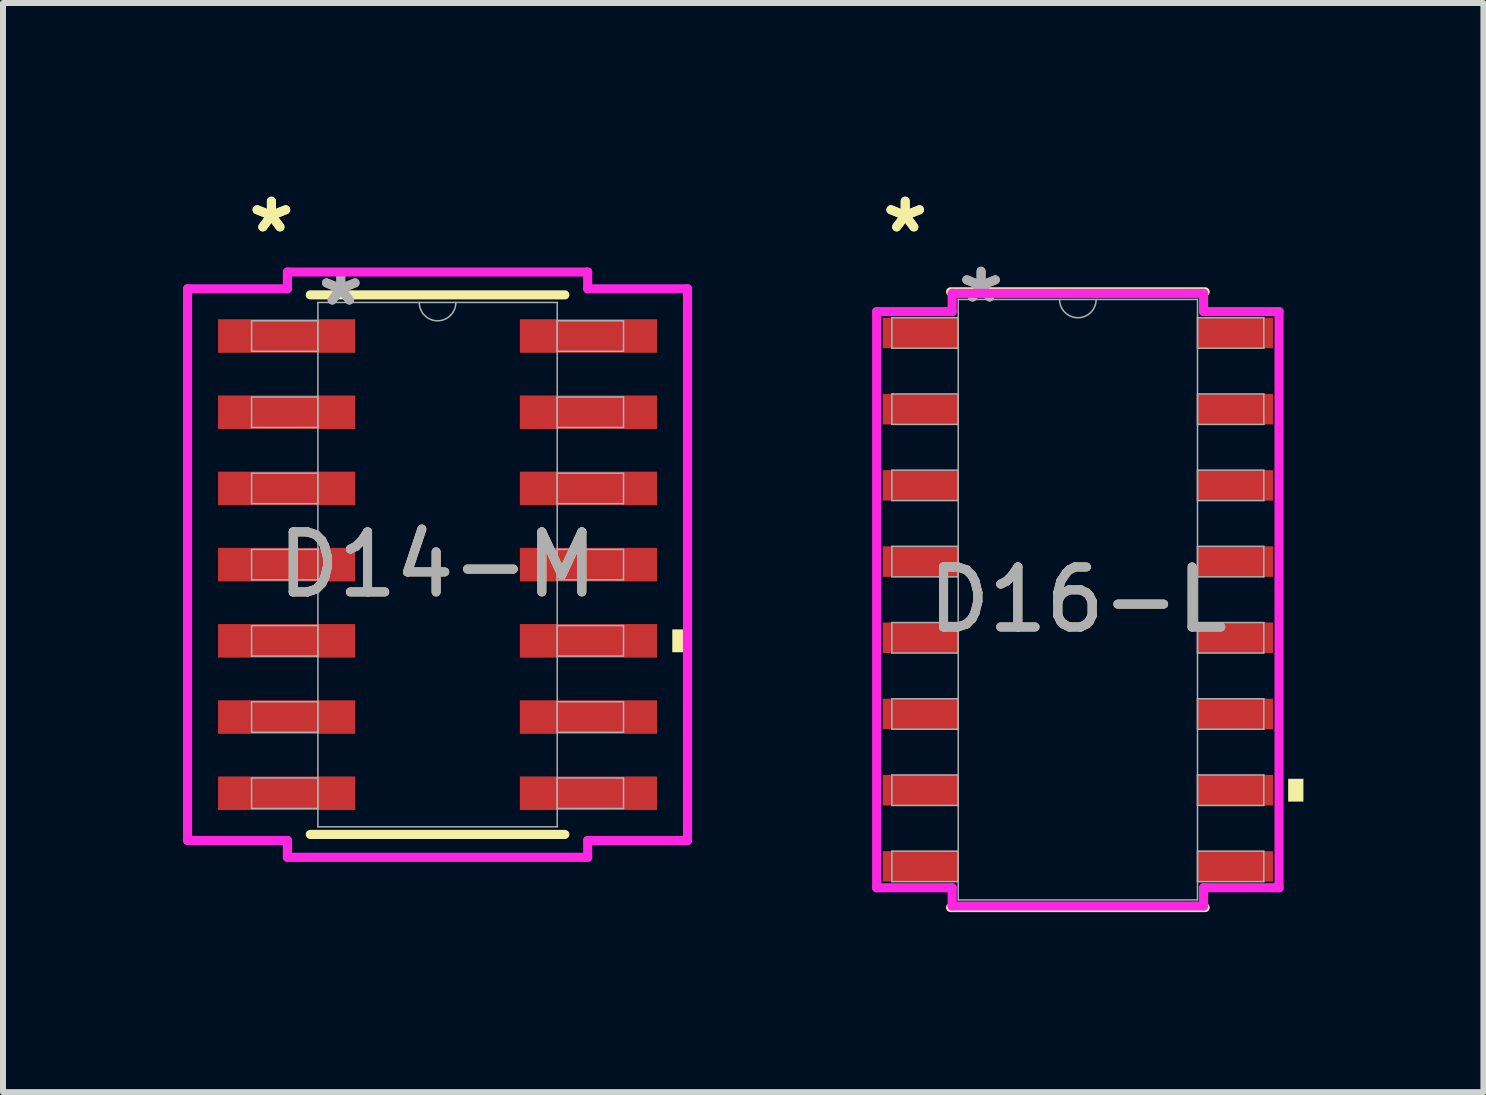
<source format=kicad_pcb>
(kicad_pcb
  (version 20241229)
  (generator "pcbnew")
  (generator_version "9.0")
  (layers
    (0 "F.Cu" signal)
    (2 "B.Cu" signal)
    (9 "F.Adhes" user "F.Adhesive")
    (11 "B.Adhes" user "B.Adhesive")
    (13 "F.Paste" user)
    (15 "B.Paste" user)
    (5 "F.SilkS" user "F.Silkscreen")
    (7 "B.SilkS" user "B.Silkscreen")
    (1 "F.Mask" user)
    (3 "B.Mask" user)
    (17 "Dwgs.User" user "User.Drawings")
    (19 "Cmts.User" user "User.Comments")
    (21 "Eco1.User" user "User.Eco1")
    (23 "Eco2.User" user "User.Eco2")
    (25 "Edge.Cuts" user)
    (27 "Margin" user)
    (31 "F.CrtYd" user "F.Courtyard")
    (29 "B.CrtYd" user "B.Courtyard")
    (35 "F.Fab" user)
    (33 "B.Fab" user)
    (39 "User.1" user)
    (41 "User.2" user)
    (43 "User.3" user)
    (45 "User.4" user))
  (footprint "D14-M"
    (layer "F.Cu")
    (at 4.242 6.36)
    (property "Reference" "D14-M" (at 0 0 0) (unlocked yes) (layer "F.SilkS") (effects (font (size 1 1) (thickness 0.15))))
    (attr smd)
    (fp_line (start -2.121 4.496) (end 2.121 4.496) (stroke (width 0.152) (type solid)) (layer "F.SilkS"))
    (fp_line (start 2.121 -4.496) (end -2.121 -4.496) (stroke (width 0.152) (type solid)) (layer "F.SilkS"))
    (fp_poly (pts (xy 4.166 1.079) (xy 4.166 1.46) (xy 3.912 1.46) (xy 3.912 1.079)) (stroke (width 0) (type solid)) (fill yes) (layer "F.SilkS"))
    (fp_line (start -4.166 -4.597) (end -2.502 -4.597) (stroke (width 0.152) (type solid)) (layer "F.CrtYd"))
    (fp_line (start -4.166 4.597) (end -4.166 -4.597) (stroke (width 0.152) (type solid)) (layer "F.CrtYd"))
    (fp_line (start -4.166 4.597) (end -2.502 4.597) (stroke (width 0.152) (type solid)) (layer "F.CrtYd"))
    (fp_line (start -2.502 -4.877) (end 2.502 -4.877) (stroke (width 0.152) (type solid)) (layer "F.CrtYd"))
    (fp_line (start -2.502 -4.597) (end -2.502 -4.877) (stroke (width 0.152) (type solid)) (layer "F.CrtYd"))
    (fp_line (start -2.502 4.877) (end -2.502 4.597) (stroke (width 0.152) (type solid)) (layer "F.CrtYd"))
    (fp_line (start 2.502 -4.877) (end 2.502 -4.597) (stroke (width 0.152) (type solid)) (layer "F.CrtYd"))
    (fp_line (start 2.502 4.597) (end 2.502 4.877) (stroke (width 0.152) (type solid)) (layer "F.CrtYd"))
    (fp_line (start 2.502 4.877) (end -2.502 4.877) (stroke (width 0.152) (type solid)) (layer "F.CrtYd"))
    (fp_line (start 4.166 -4.597) (end 2.502 -4.597) (stroke (width 0.152) (type solid)) (layer "F.CrtYd"))
    (fp_line (start 4.166 -4.597) (end 4.166 4.597) (stroke (width 0.152) (type solid)) (layer "F.CrtYd"))
    (fp_line (start 4.166 4.597) (end 2.502 4.597) (stroke (width 0.152) (type solid)) (layer "F.CrtYd"))
    (fp_line (start -3.099 -4.064) (end -3.099 -3.556) (stroke (width 0.025) (type solid)) (layer "F.Fab"))
    (fp_line (start -3.099 -3.556) (end -1.994 -3.556) (stroke (width 0.025) (type solid)) (layer "F.Fab"))
    (fp_line (start -3.099 -2.794) (end -3.099 -2.286) (stroke (width 0.025) (type solid)) (layer "F.Fab"))
    (fp_line (start -3.099 -2.286) (end -1.994 -2.286) (stroke (width 0.025) (type solid)) (layer "F.Fab"))
    (fp_line (start -3.099 -1.524) (end -3.099 -1.016) (stroke (width 0.025) (type solid)) (layer "F.Fab"))
    (fp_line (start -3.099 -1.016) (end -1.994 -1.016) (stroke (width 0.025) (type solid)) (layer "F.Fab"))
    (fp_line (start -3.099 -0.254) (end -3.099 0.254) (stroke (width 0.025) (type solid)) (layer "F.Fab"))
    (fp_line (start -3.099 0.254) (end -1.994 0.254) (stroke (width 0.025) (type solid)) (layer "F.Fab"))
    (fp_line (start -3.099 1.016) (end -3.099 1.524) (stroke (width 0.025) (type solid)) (layer "F.Fab"))
    (fp_line (start -3.099 1.524) (end -1.994 1.524) (stroke (width 0.025) (type solid)) (layer "F.Fab"))
    (fp_line (start -3.099 2.286) (end -3.099 2.794) (stroke (width 0.025) (type solid)) (layer "F.Fab"))
    (fp_line (start -3.099 2.794) (end -1.994 2.794) (stroke (width 0.025) (type solid)) (layer "F.Fab"))
    (fp_line (start -3.099 3.556) (end -3.099 4.064) (stroke (width 0.025) (type solid)) (layer "F.Fab"))
    (fp_line (start -3.099 4.064) (end -1.994 4.064) (stroke (width 0.025) (type solid)) (layer "F.Fab"))
    (fp_line (start -1.994 -4.369) (end -1.994 4.369) (stroke (width 0.025) (type solid)) (layer "F.Fab"))
    (fp_line (start -1.994 -4.064) (end -3.099 -4.064) (stroke (width 0.025) (type solid)) (layer "F.Fab"))
    (fp_line (start -1.994 -3.556) (end -1.994 -4.064) (stroke (width 0.025) (type solid)) (layer "F.Fab"))
    (fp_line (start -1.994 -2.794) (end -3.099 -2.794) (stroke (width 0.025) (type solid)) (layer "F.Fab"))
    (fp_line (start -1.994 -2.286) (end -1.994 -2.794) (stroke (width 0.025) (type solid)) (layer "F.Fab"))
    (fp_line (start -1.994 -1.524) (end -3.099 -1.524) (stroke (width 0.025) (type solid)) (layer "F.Fab"))
    (fp_line (start -1.994 -1.016) (end -1.994 -1.524) (stroke (width 0.025) (type solid)) (layer "F.Fab"))
    (fp_line (start -1.994 -0.254) (end -3.099 -0.254) (stroke (width 0.025) (type solid)) (layer "F.Fab"))
    (fp_line (start -1.994 0.254) (end -1.994 -0.254) (stroke (width 0.025) (type solid)) (layer "F.Fab"))
    (fp_line (start -1.994 1.016) (end -3.099 1.016) (stroke (width 0.025) (type solid)) (layer "F.Fab"))
    (fp_line (start -1.994 1.524) (end -1.994 1.016) (stroke (width 0.025) (type solid)) (layer "F.Fab"))
    (fp_line (start -1.994 2.286) (end -3.099 2.286) (stroke (width 0.025) (type solid)) (layer "F.Fab"))
    (fp_line (start -1.994 2.794) (end -1.994 2.286) (stroke (width 0.025) (type solid)) (layer "F.Fab"))
    (fp_line (start -1.994 3.556) (end -3.099 3.556) (stroke (width 0.025) (type solid)) (layer "F.Fab"))
    (fp_line (start -1.994 4.064) (end -1.994 3.556) (stroke (width 0.025) (type solid)) (layer "F.Fab"))
    (fp_line (start -1.994 4.369) (end 1.994 4.369) (stroke (width 0.025) (type solid)) (layer "F.Fab"))
    (fp_line (start 1.994 -4.369) (end -1.994 -4.369) (stroke (width 0.025) (type solid)) (layer "F.Fab"))
    (fp_line (start 1.994 -4.064) (end 1.994 -3.556) (stroke (width 0.025) (type solid)) (layer "F.Fab"))
    (fp_line (start 1.994 -3.556) (end 3.099 -3.556) (stroke (width 0.025) (type solid)) (layer "F.Fab"))
    (fp_line (start 1.994 -2.794) (end 1.994 -2.286) (stroke (width 0.025) (type solid)) (layer "F.Fab"))
    (fp_line (start 1.994 -2.286) (end 3.099 -2.286) (stroke (width 0.025) (type solid)) (layer "F.Fab"))
    (fp_line (start 1.994 -1.524) (end 1.994 -1.016) (stroke (width 0.025) (type solid)) (layer "F.Fab"))
    (fp_line (start 1.994 -1.016) (end 3.099 -1.016) (stroke (width 0.025) (type solid)) (layer "F.Fab"))
    (fp_line (start 1.994 -0.254) (end 1.994 0.254) (stroke (width 0.025) (type solid)) (layer "F.Fab"))
    (fp_line (start 1.994 0.254) (end 3.099 0.254) (stroke (width 0.025) (type solid)) (layer "F.Fab"))
    (fp_line (start 1.994 1.016) (end 1.994 1.524) (stroke (width 0.025) (type solid)) (layer "F.Fab"))
    (fp_line (start 1.994 1.524) (end 3.099 1.524) (stroke (width 0.025) (type solid)) (layer "F.Fab"))
    (fp_line (start 1.994 2.286) (end 1.994 2.794) (stroke (width 0.025) (type solid)) (layer "F.Fab"))
    (fp_line (start 1.994 2.794) (end 3.099 2.794) (stroke (width 0.025) (type solid)) (layer "F.Fab"))
    (fp_line (start 1.994 3.556) (end 1.994 4.064) (stroke (width 0.025) (type solid)) (layer "F.Fab"))
    (fp_line (start 1.994 4.064) (end 3.099 4.064) (stroke (width 0.025) (type solid)) (layer "F.Fab"))
    (fp_line (start 1.994 4.369) (end 1.994 -4.369) (stroke (width 0.025) (type solid)) (layer "F.Fab"))
    (fp_line (start 3.099 -4.064) (end 1.994 -4.064) (stroke (width 0.025) (type solid)) (layer "F.Fab"))
    (fp_line (start 3.099 -3.556) (end 3.099 -4.064) (stroke (width 0.025) (type solid)) (layer "F.Fab"))
    (fp_line (start 3.099 -2.794) (end 1.994 -2.794) (stroke (width 0.025) (type solid)) (layer "F.Fab"))
    (fp_line (start 3.099 -2.286) (end 3.099 -2.794) (stroke (width 0.025) (type solid)) (layer "F.Fab"))
    (fp_line (start 3.099 -1.524) (end 1.994 -1.524) (stroke (width 0.025) (type solid)) (layer "F.Fab"))
    (fp_line (start 3.099 -1.016) (end 3.099 -1.524) (stroke (width 0.025) (type solid)) (layer "F.Fab"))
    (fp_line (start 3.099 -0.254) (end 1.994 -0.254) (stroke (width 0.025) (type solid)) (layer "F.Fab"))
    (fp_line (start 3.099 0.254) (end 3.099 -0.254) (stroke (width 0.025) (type solid)) (layer "F.Fab"))
    (fp_line (start 3.099 1.016) (end 1.994 1.016) (stroke (width 0.025) (type solid)) (layer "F.Fab"))
    (fp_line (start 3.099 1.524) (end 3.099 1.016) (stroke (width 0.025) (type solid)) (layer "F.Fab"))
    (fp_line (start 3.099 2.286) (end 1.994 2.286) (stroke (width 0.025) (type solid)) (layer "F.Fab"))
    (fp_line (start 3.099 2.794) (end 3.099 2.286) (stroke (width 0.025) (type solid)) (layer "F.Fab"))
    (fp_line (start 3.099 3.556) (end 1.994 3.556) (stroke (width 0.025) (type solid)) (layer "F.Fab"))
    (fp_line (start 3.099 4.064) (end 3.099 3.556) (stroke (width 0.025) (type solid)) (layer "F.Fab"))
    (fp_arc (start 0.3048 -4.3688) (mid 0 -4.064) (end -0.3048 -4.3688) (stroke (width 0.0254) (type solid)) (layer "F.Fab"))
    (fp_text user "*" (at -2.769 -5.512 0) (layer "F.SilkS") (effects (font (size 1 1) (thickness 0.15))))
    (fp_text user "*" (at -2.769 -5.512 0) (unlocked yes) (layer "F.SilkS") (effects (font (size 1 1) (thickness 0.15))))
    (fp_text user "*" (at -1.613 -4.293 0) (layer "F.Fab") (effects (font (size 1 1) (thickness 0.15))))
    (fp_text user "*" (at -1.613 -4.293 0) (unlocked yes) (layer "F.Fab") (effects (font (size 1 1) (thickness 0.15))))
    (fp_text user "${REFERENCE}" (at 0 0 0) (unlocked yes) (layer "F.Fab") (effects (font (size 1 1) (thickness 0.15))))
    (pad "1" smd rect (at -2.515 -3.81) (size 2.286 0.559) (layers "F.Cu" "F.Mask" "F.Paste"))
    (pad "2" smd rect (at -2.515 -2.54) (size 2.286 0.559) (layers "F.Cu" "F.Mask" "F.Paste"))
    (pad "3" smd rect (at -2.515 -1.27) (size 2.286 0.559) (layers "F.Cu" "F.Mask" "F.Paste"))
    (pad "4" smd rect (at -2.515 0) (size 2.286 0.559) (layers "F.Cu" "F.Mask" "F.Paste"))
    (pad "5" smd rect (at -2.515 1.27) (size 2.286 0.559) (layers "F.Cu" "F.Mask" "F.Paste"))
    (pad "6" smd rect (at -2.515 2.54) (size 2.286 0.559) (layers "F.Cu" "F.Mask" "F.Paste"))
    (pad "7" smd rect (at -2.515 3.81) (size 2.286 0.559) (layers "F.Cu" "F.Mask" "F.Paste"))
    (pad "8" smd rect (at 2.515 3.81) (size 2.286 0.559) (layers "F.Cu" "F.Mask" "F.Paste"))
    (pad "9" smd rect (at 2.515 2.54) (size 2.286 0.559) (layers "F.Cu" "F.Mask" "F.Paste"))
    (pad "10" smd rect (at 2.515 1.27) (size 2.286 0.559) (layers "F.Cu" "F.Mask" "F.Paste"))
    (pad "11" smd rect (at 2.515 0) (size 2.286 0.559) (layers "F.Cu" "F.Mask" "F.Paste"))
    (pad "12" smd rect (at 2.515 -1.27) (size 2.286 0.559) (layers "F.Cu" "F.Mask" "F.Paste"))
    (pad "13" smd rect (at 2.515 -2.54) (size 2.286 0.559) (layers "F.Cu" "F.Mask" "F.Paste"))
    (pad "14" smd rect (at 2.515 -3.81) (size 2.286 0.559) (layers "F.Cu" "F.Mask" "F.Paste")))
  (footprint "D16-L"
    (layer "F.Cu")
    (at 14.913 6.944)
    (property "Reference" "D16-L" (at 0 0 0) (unlocked yes) (layer "F.SilkS") (effects (font (size 1 1) (thickness 0.15))))
    (attr smd)
    (fp_line (start -2.121 5.131) (end 2.121 5.131) (stroke (width 0.152) (type solid)) (layer "F.SilkS"))
    (fp_line (start 2.121 -5.131) (end -2.121 -5.131) (stroke (width 0.152) (type solid)) (layer "F.SilkS"))
    (fp_poly (pts (xy 3.759 2.985) (xy 3.759 3.365) (xy 3.505 3.365) (xy 3.505 2.985)) (stroke (width 0) (type solid)) (fill yes) (layer "F.SilkS"))
    (fp_line (start -3.353 -4.801) (end -2.095 -4.801) (stroke (width 0.152) (type solid)) (layer "F.CrtYd"))
    (fp_line (start -3.353 4.801) (end -3.353 -4.801) (stroke (width 0.152) (type solid)) (layer "F.CrtYd"))
    (fp_line (start -3.353 4.801) (end -2.095 4.801) (stroke (width 0.152) (type solid)) (layer "F.CrtYd"))
    (fp_line (start -2.095 -5.105) (end 2.095 -5.105) (stroke (width 0.152) (type solid)) (layer "F.CrtYd"))
    (fp_line (start -2.095 -4.801) (end -2.095 -5.105) (stroke (width 0.152) (type solid)) (layer "F.CrtYd"))
    (fp_line (start -2.095 5.105) (end -2.095 4.801) (stroke (width 0.152) (type solid)) (layer "F.CrtYd"))
    (fp_line (start 2.095 -5.105) (end 2.095 -4.801) (stroke (width 0.152) (type solid)) (layer "F.CrtYd"))
    (fp_line (start 2.095 4.801) (end 2.095 5.105) (stroke (width 0.152) (type solid)) (layer "F.CrtYd"))
    (fp_line (start 2.095 5.105) (end -2.095 5.105) (stroke (width 0.152) (type solid)) (layer "F.CrtYd"))
    (fp_line (start 3.353 -4.801) (end 2.095 -4.801) (stroke (width 0.152) (type solid)) (layer "F.CrtYd"))
    (fp_line (start 3.353 -4.801) (end 3.353 4.801) (stroke (width 0.152) (type solid)) (layer "F.CrtYd"))
    (fp_line (start 3.353 4.801) (end 2.095 4.801) (stroke (width 0.152) (type solid)) (layer "F.CrtYd"))
    (fp_line (start -3.099 -4.699) (end -3.099 -4.191) (stroke (width 0.025) (type solid)) (layer "F.Fab"))
    (fp_line (start -3.099 -4.191) (end -1.994 -4.191) (stroke (width 0.025) (type solid)) (layer "F.Fab"))
    (fp_line (start -3.099 -3.429) (end -3.099 -2.921) (stroke (width 0.025) (type solid)) (layer "F.Fab"))
    (fp_line (start -3.099 -2.921) (end -1.994 -2.921) (stroke (width 0.025) (type solid)) (layer "F.Fab"))
    (fp_line (start -3.099 -2.159) (end -3.099 -1.651) (stroke (width 0.025) (type solid)) (layer "F.Fab"))
    (fp_line (start -3.099 -1.651) (end -1.994 -1.651) (stroke (width 0.025) (type solid)) (layer "F.Fab"))
    (fp_line (start -3.099 -0.889) (end -3.099 -0.381) (stroke (width 0.025) (type solid)) (layer "F.Fab"))
    (fp_line (start -3.099 -0.381) (end -1.994 -0.381) (stroke (width 0.025) (type solid)) (layer "F.Fab"))
    (fp_line (start -3.099 0.381) (end -3.099 0.889) (stroke (width 0.025) (type solid)) (layer "F.Fab"))
    (fp_line (start -3.099 0.889) (end -1.994 0.889) (stroke (width 0.025) (type solid)) (layer "F.Fab"))
    (fp_line (start -3.099 1.651) (end -3.099 2.159) (stroke (width 0.025) (type solid)) (layer "F.Fab"))
    (fp_line (start -3.099 2.159) (end -1.994 2.159) (stroke (width 0.025) (type solid)) (layer "F.Fab"))
    (fp_line (start -3.099 2.921) (end -3.099 3.429) (stroke (width 0.025) (type solid)) (layer "F.Fab"))
    (fp_line (start -3.099 3.429) (end -1.994 3.429) (stroke (width 0.025) (type solid)) (layer "F.Fab"))
    (fp_line (start -3.099 4.191) (end -3.099 4.699) (stroke (width 0.025) (type solid)) (layer "F.Fab"))
    (fp_line (start -3.099 4.699) (end -1.994 4.699) (stroke (width 0.025) (type solid)) (layer "F.Fab"))
    (fp_line (start -1.994 -5.004) (end -1.994 5.004) (stroke (width 0.025) (type solid)) (layer "F.Fab"))
    (fp_line (start -1.994 -4.699) (end -3.099 -4.699) (stroke (width 0.025) (type solid)) (layer "F.Fab"))
    (fp_line (start -1.994 -4.191) (end -1.994 -4.699) (stroke (width 0.025) (type solid)) (layer "F.Fab"))
    (fp_line (start -1.994 -3.429) (end -3.099 -3.429) (stroke (width 0.025) (type solid)) (layer "F.Fab"))
    (fp_line (start -1.994 -2.921) (end -1.994 -3.429) (stroke (width 0.025) (type solid)) (layer "F.Fab"))
    (fp_line (start -1.994 -2.159) (end -3.099 -2.159) (stroke (width 0.025) (type solid)) (layer "F.Fab"))
    (fp_line (start -1.994 -1.651) (end -1.994 -2.159) (stroke (width 0.025) (type solid)) (layer "F.Fab"))
    (fp_line (start -1.994 -0.889) (end -3.099 -0.889) (stroke (width 0.025) (type solid)) (layer "F.Fab"))
    (fp_line (start -1.994 -0.381) (end -1.994 -0.889) (stroke (width 0.025) (type solid)) (layer "F.Fab"))
    (fp_line (start -1.994 0.381) (end -3.099 0.381) (stroke (width 0.025) (type solid)) (layer "F.Fab"))
    (fp_line (start -1.994 0.889) (end -1.994 0.381) (stroke (width 0.025) (type solid)) (layer "F.Fab"))
    (fp_line (start -1.994 1.651) (end -3.099 1.651) (stroke (width 0.025) (type solid)) (layer "F.Fab"))
    (fp_line (start -1.994 2.159) (end -1.994 1.651) (stroke (width 0.025) (type solid)) (layer "F.Fab"))
    (fp_line (start -1.994 2.921) (end -3.099 2.921) (stroke (width 0.025) (type solid)) (layer "F.Fab"))
    (fp_line (start -1.994 3.429) (end -1.994 2.921) (stroke (width 0.025) (type solid)) (layer "F.Fab"))
    (fp_line (start -1.994 4.191) (end -3.099 4.191) (stroke (width 0.025) (type solid)) (layer "F.Fab"))
    (fp_line (start -1.994 4.699) (end -1.994 4.191) (stroke (width 0.025) (type solid)) (layer "F.Fab"))
    (fp_line (start -1.994 5.004) (end 1.994 5.004) (stroke (width 0.025) (type solid)) (layer "F.Fab"))
    (fp_line (start 1.994 -5.004) (end -1.994 -5.004) (stroke (width 0.025) (type solid)) (layer "F.Fab"))
    (fp_line (start 1.994 -4.699) (end 1.994 -4.191) (stroke (width 0.025) (type solid)) (layer "F.Fab"))
    (fp_line (start 1.994 -4.191) (end 3.099 -4.191) (stroke (width 0.025) (type solid)) (layer "F.Fab"))
    (fp_line (start 1.994 -3.429) (end 1.994 -2.921) (stroke (width 0.025) (type solid)) (layer "F.Fab"))
    (fp_line (start 1.994 -2.921) (end 3.099 -2.921) (stroke (width 0.025) (type solid)) (layer "F.Fab"))
    (fp_line (start 1.994 -2.159) (end 1.994 -1.651) (stroke (width 0.025) (type solid)) (layer "F.Fab"))
    (fp_line (start 1.994 -1.651) (end 3.099 -1.651) (stroke (width 0.025) (type solid)) (layer "F.Fab"))
    (fp_line (start 1.994 -0.889) (end 1.994 -0.381) (stroke (width 0.025) (type solid)) (layer "F.Fab"))
    (fp_line (start 1.994 -0.381) (end 3.099 -0.381) (stroke (width 0.025) (type solid)) (layer "F.Fab"))
    (fp_line (start 1.994 0.381) (end 1.994 0.889) (stroke (width 0.025) (type solid)) (layer "F.Fab"))
    (fp_line (start 1.994 0.889) (end 3.099 0.889) (stroke (width 0.025) (type solid)) (layer "F.Fab"))
    (fp_line (start 1.994 1.651) (end 1.994 2.159) (stroke (width 0.025) (type solid)) (layer "F.Fab"))
    (fp_line (start 1.994 2.159) (end 3.099 2.159) (stroke (width 0.025) (type solid)) (layer "F.Fab"))
    (fp_line (start 1.994 2.921) (end 1.994 3.429) (stroke (width 0.025) (type solid)) (layer "F.Fab"))
    (fp_line (start 1.994 3.429) (end 3.099 3.429) (stroke (width 0.025) (type solid)) (layer "F.Fab"))
    (fp_line (start 1.994 4.191) (end 1.994 4.699) (stroke (width 0.025) (type solid)) (layer "F.Fab"))
    (fp_line (start 1.994 4.699) (end 3.099 4.699) (stroke (width 0.025) (type solid)) (layer "F.Fab"))
    (fp_line (start 1.994 5.004) (end 1.994 -5.004) (stroke (width 0.025) (type solid)) (layer "F.Fab"))
    (fp_line (start 3.099 -4.699) (end 1.994 -4.699) (stroke (width 0.025) (type solid)) (layer "F.Fab"))
    (fp_line (start 3.099 -4.191) (end 3.099 -4.699) (stroke (width 0.025) (type solid)) (layer "F.Fab"))
    (fp_line (start 3.099 -3.429) (end 1.994 -3.429) (stroke (width 0.025) (type solid)) (layer "F.Fab"))
    (fp_line (start 3.099 -2.921) (end 3.099 -3.429) (stroke (width 0.025) (type solid)) (layer "F.Fab"))
    (fp_line (start 3.099 -2.159) (end 1.994 -2.159) (stroke (width 0.025) (type solid)) (layer "F.Fab"))
    (fp_line (start 3.099 -1.651) (end 3.099 -2.159) (stroke (width 0.025) (type solid)) (layer "F.Fab"))
    (fp_line (start 3.099 -0.889) (end 1.994 -0.889) (stroke (width 0.025) (type solid)) (layer "F.Fab"))
    (fp_line (start 3.099 -0.381) (end 3.099 -0.889) (stroke (width 0.025) (type solid)) (layer "F.Fab"))
    (fp_line (start 3.099 0.381) (end 1.994 0.381) (stroke (width 0.025) (type solid)) (layer "F.Fab"))
    (fp_line (start 3.099 0.889) (end 3.099 0.381) (stroke (width 0.025) (type solid)) (layer "F.Fab"))
    (fp_line (start 3.099 1.651) (end 1.994 1.651) (stroke (width 0.025) (type solid)) (layer "F.Fab"))
    (fp_line (start 3.099 2.159) (end 3.099 1.651) (stroke (width 0.025) (type solid)) (layer "F.Fab"))
    (fp_line (start 3.099 2.921) (end 1.994 2.921) (stroke (width 0.025) (type solid)) (layer "F.Fab"))
    (fp_line (start 3.099 3.429) (end 3.099 2.921) (stroke (width 0.025) (type solid)) (layer "F.Fab"))
    (fp_line (start 3.099 4.191) (end 1.994 4.191) (stroke (width 0.025) (type solid)) (layer "F.Fab"))
    (fp_line (start 3.099 4.699) (end 3.099 4.191) (stroke (width 0.025) (type solid)) (layer "F.Fab"))
    (fp_arc (start 0.3048 -5.0038) (mid 0 -4.699) (end -0.3048 -5.0038) (stroke (width 0.0254) (type solid)) (layer "F.Fab"))
    (fp_text user "*" (at -2.877 -6.096 0) (layer "F.SilkS") (effects (font (size 1 1) (thickness 0.15))))
    (fp_text user "*" (at -2.877 -6.096 0) (unlocked yes) (layer "F.SilkS") (effects (font (size 1 1) (thickness 0.15))))
    (fp_text user "${REFERENCE}" (at 0 0 0) (unlocked yes) (layer "F.Fab") (effects (font (size 1 1) (thickness 0.15))))
    (fp_text user "*" (at -1.613 -4.928 0) (unlocked yes) (layer "F.Fab") (effects (font (size 1 1) (thickness 0.15))))
    (fp_text user "*" (at -1.613 -4.928 0) (layer "F.Fab") (effects (font (size 1 1) (thickness 0.15))))
    (pad "1" smd rect (at -2.623 -4.445) (size 1.257 0.508) (layers "F.Cu" "F.Mask" "F.Paste"))
    (pad "2" smd rect (at -2.623 -3.175) (size 1.257 0.508) (layers "F.Cu" "F.Mask" "F.Paste"))
    (pad "3" smd rect (at -2.623 -1.905) (size 1.257 0.508) (layers "F.Cu" "F.Mask" "F.Paste"))
    (pad "4" smd rect (at -2.623 -0.635) (size 1.257 0.508) (layers "F.Cu" "F.Mask" "F.Paste"))
    (pad "5" smd rect (at -2.623 0.635) (size 1.257 0.508) (layers "F.Cu" "F.Mask" "F.Paste"))
    (pad "6" smd rect (at -2.623 1.905) (size 1.257 0.508) (layers "F.Cu" "F.Mask" "F.Paste"))
    (pad "7" smd rect (at -2.623 3.175) (size 1.257 0.508) (layers "F.Cu" "F.Mask" "F.Paste"))
    (pad "8" smd rect (at -2.623 4.445) (size 1.257 0.508) (layers "F.Cu" "F.Mask" "F.Paste"))
    (pad "9" smd rect (at 2.623 4.445) (size 1.257 0.508) (layers "F.Cu" "F.Mask" "F.Paste"))
    (pad "10" smd rect (at 2.623 3.175) (size 1.257 0.508) (layers "F.Cu" "F.Mask" "F.Paste"))
    (pad "11" smd rect (at 2.623 1.905) (size 1.257 0.508) (layers "F.Cu" "F.Mask" "F.Paste"))
    (pad "12" smd rect (at 2.623 0.635) (size 1.257 0.508) (layers "F.Cu" "F.Mask" "F.Paste"))
    (pad "13" smd rect (at 2.623 -0.635) (size 1.257 0.508) (layers "F.Cu" "F.Mask" "F.Paste"))
    (pad "14" smd rect (at 2.623 -1.905) (size 1.257 0.508) (layers "F.Cu" "F.Mask" "F.Paste"))
    (pad "15" smd rect (at 2.623 -3.175) (size 1.257 0.508) (layers "F.Cu" "F.Mask" "F.Paste"))
    (pad "16" smd rect (at 2.623 -4.445) (size 1.257 0.508) (layers "F.Cu" "F.Mask" "F.Paste")))
  (gr_rect
    (start -3 -3)
    (end 21.672 15.151)
    (stroke (width 0.1) (type default))
    (fill no)
    (layer "Edge.Cuts")))
</source>
